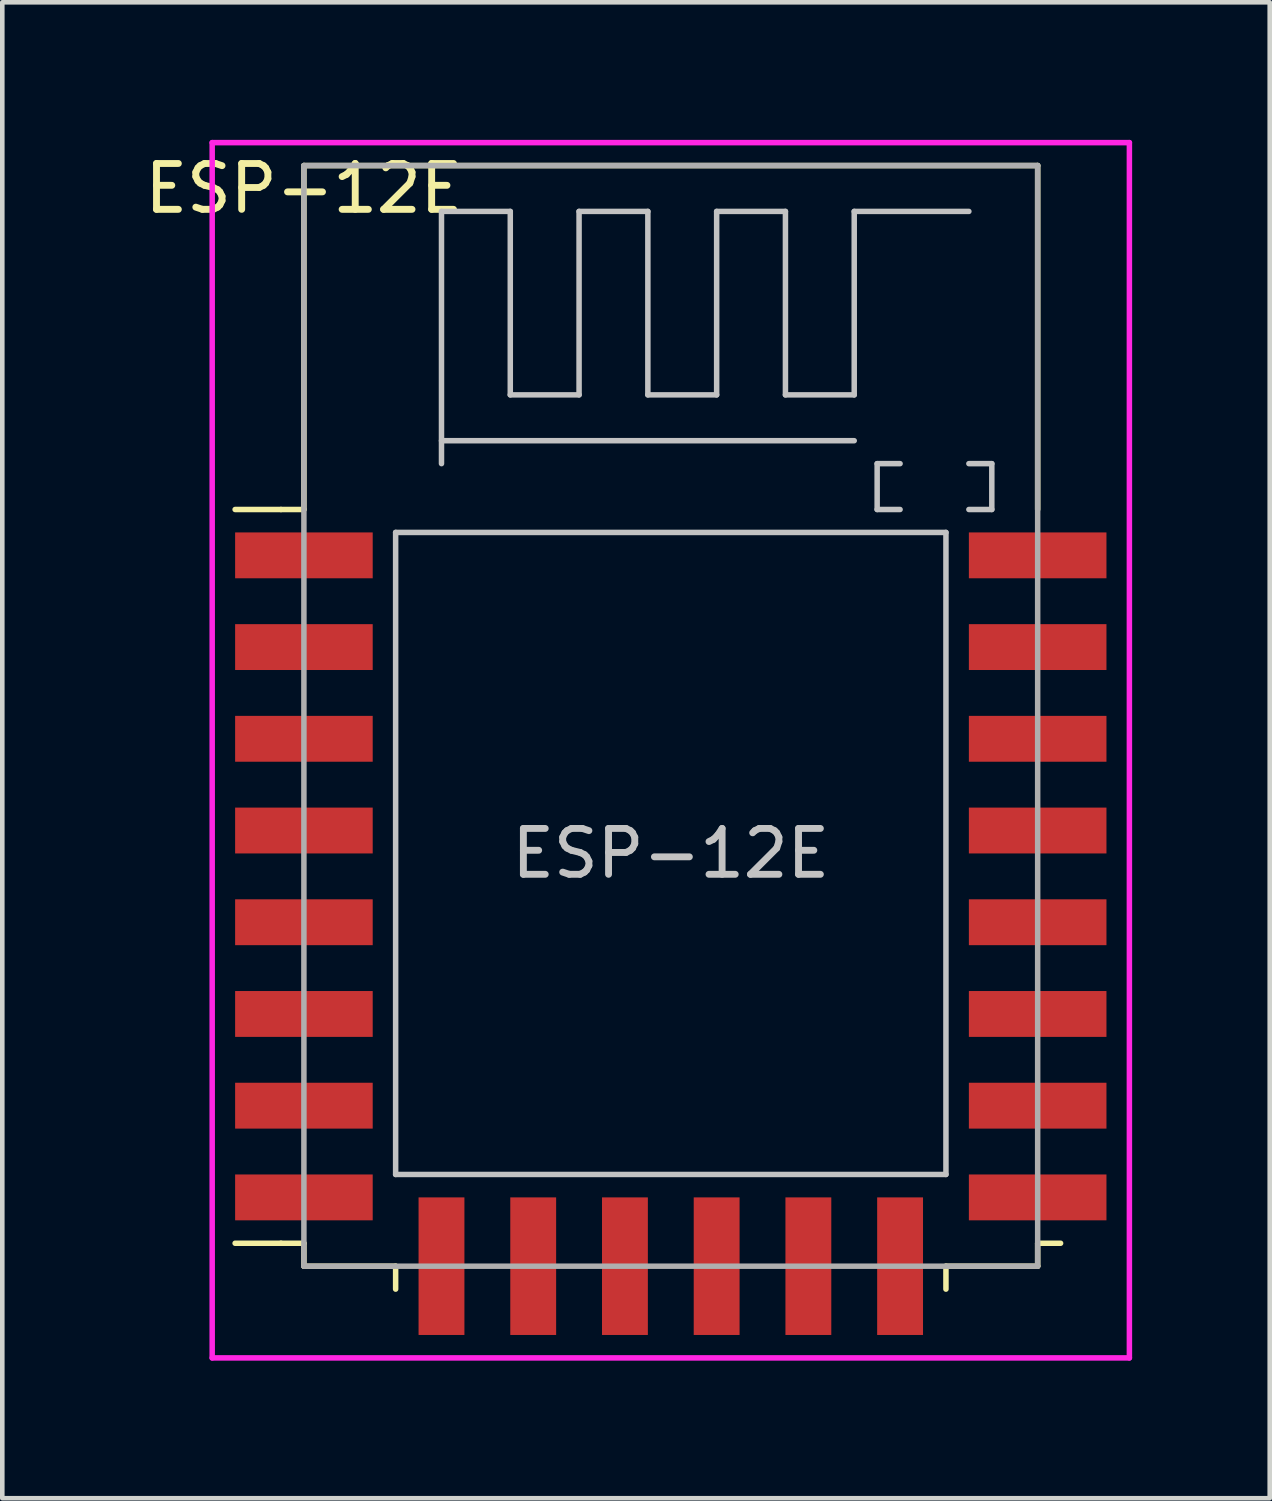
<source format=kicad_pcb>
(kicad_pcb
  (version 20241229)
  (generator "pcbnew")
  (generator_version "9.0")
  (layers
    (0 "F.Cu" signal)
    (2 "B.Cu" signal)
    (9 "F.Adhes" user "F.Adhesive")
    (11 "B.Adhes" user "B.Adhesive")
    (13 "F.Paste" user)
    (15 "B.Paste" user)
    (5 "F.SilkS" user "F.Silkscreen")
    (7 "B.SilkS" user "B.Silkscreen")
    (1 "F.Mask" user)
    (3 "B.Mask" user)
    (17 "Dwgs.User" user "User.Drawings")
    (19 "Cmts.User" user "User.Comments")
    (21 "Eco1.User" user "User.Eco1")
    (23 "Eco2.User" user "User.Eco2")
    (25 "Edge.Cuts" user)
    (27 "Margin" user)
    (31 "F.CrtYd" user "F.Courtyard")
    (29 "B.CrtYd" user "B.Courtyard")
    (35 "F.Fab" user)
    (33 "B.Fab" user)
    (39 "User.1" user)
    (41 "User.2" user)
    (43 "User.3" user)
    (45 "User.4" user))
  (footprint "ESP-12E"
    (layer "F.Cu")
    (at 3.577 0.56)
    (property "Reference" "ESP-12E" (at 0 0.5 0) (layer "F.SilkS") (effects (font (size 1 1) (thickness 0.15))))
    (attr through_hole)
    (fp_line (start -0.5 7.5) (end -1.5 7.5) (stroke (width 0.12) (type solid)) (layer "F.SilkS"))
    (fp_line (start -0.5 7.5) (end 0 7.5) (stroke (width 0.12) (type solid)) (layer "F.SilkS"))
    (fp_line (start -0.5 23.5) (end -1.5 23.5) (stroke (width 0.12) (type solid)) (layer "F.SilkS"))
    (fp_line (start 0 0) (end 16 0) (stroke (width 0.12) (type solid)) (layer "F.SilkS"))
    (fp_line (start 0 7.5) (end 0 0) (stroke (width 0.12) (type solid)) (layer "F.SilkS"))
    (fp_line (start 0 23.5) (end -0.5 23.5) (stroke (width 0.12) (type solid)) (layer "F.SilkS"))
    (fp_line (start 0 23.5) (end 0 24) (stroke (width 0.12) (type solid)) (layer "F.SilkS"))
    (fp_line (start 0 24) (end 2 24) (stroke (width 0.12) (type solid)) (layer "F.SilkS"))
    (fp_line (start 2 24) (end 2 24.5) (stroke (width 0.12) (type solid)) (layer "F.SilkS"))
    (fp_line (start 14 24) (end 14 24.5) (stroke (width 0.12) (type solid)) (layer "F.SilkS"))
    (fp_line (start 16 0) (end 16 7.5) (stroke (width 0.12) (type solid)) (layer "F.SilkS"))
    (fp_line (start 16 23.5) (end 16 24) (stroke (width 0.12) (type solid)) (layer "F.SilkS"))
    (fp_line (start 16 23.5) (end 16.5 23.5) (stroke (width 0.12) (type solid)) (layer "F.SilkS"))
    (fp_line (start 16 24) (end 14 24) (stroke (width 0.12) (type solid)) (layer "F.SilkS"))
    (fp_line (start 2 8) (end 2 22) (stroke (width 0.12) (type solid)) (layer "Dwgs.User"))
    (fp_line (start 2 22) (end 14 22) (stroke (width 0.12) (type solid)) (layer "Dwgs.User"))
    (fp_line (start 3 1) (end 4.5 1) (stroke (width 0.12) (type solid)) (layer "Dwgs.User"))
    (fp_line (start 3 6) (end 12 6) (stroke (width 0.12) (type solid)) (layer "Dwgs.User"))
    (fp_line (start 3 6.5) (end 3 1) (stroke (width 0.12) (type solid)) (layer "Dwgs.User"))
    (fp_line (start 4.5 1) (end 4.5 5) (stroke (width 0.12) (type solid)) (layer "Dwgs.User"))
    (fp_line (start 4.5 5) (end 6 5) (stroke (width 0.12) (type solid)) (layer "Dwgs.User"))
    (fp_line (start 6 1) (end 7.5 1) (stroke (width 0.12) (type solid)) (layer "Dwgs.User"))
    (fp_line (start 6 5) (end 6 1) (stroke (width 0.12) (type solid)) (layer "Dwgs.User"))
    (fp_line (start 7.5 1) (end 7.5 5) (stroke (width 0.12) (type solid)) (layer "Dwgs.User"))
    (fp_line (start 7.5 5) (end 9 5) (stroke (width 0.12) (type solid)) (layer "Dwgs.User"))
    (fp_line (start 9 1) (end 10.5 1) (stroke (width 0.12) (type solid)) (layer "Dwgs.User"))
    (fp_line (start 9 5) (end 9 1) (stroke (width 0.12) (type solid)) (layer "Dwgs.User"))
    (fp_line (start 10.5 1) (end 10.5 5) (stroke (width 0.12) (type solid)) (layer "Dwgs.User"))
    (fp_line (start 10.5 5) (end 12 5) (stroke (width 0.12) (type solid)) (layer "Dwgs.User"))
    (fp_line (start 12 1) (end 14.5 1) (stroke (width 0.12) (type solid)) (layer "Dwgs.User"))
    (fp_line (start 12 5) (end 12 1) (stroke (width 0.12) (type solid)) (layer "Dwgs.User"))
    (fp_line (start 12.5 6.5) (end 12.5 7.5) (stroke (width 0.12) (type solid)) (layer "Dwgs.User"))
    (fp_line (start 12.5 7.5) (end 13 7.5) (stroke (width 0.12) (type solid)) (layer "Dwgs.User"))
    (fp_line (start 13 6.5) (end 12.5 6.5) (stroke (width 0.12) (type solid)) (layer "Dwgs.User"))
    (fp_line (start 14 8) (end 2 8) (stroke (width 0.12) (type solid)) (layer "Dwgs.User"))
    (fp_line (start 14 22) (end 14 8) (stroke (width 0.12) (type solid)) (layer "Dwgs.User"))
    (fp_line (start 14.5 7.5) (end 15 7.5) (stroke (width 0.12) (type solid)) (layer "Dwgs.User"))
    (fp_line (start 15 6.5) (end 14.5 6.5) (stroke (width 0.12) (type solid)) (layer "Dwgs.User"))
    (fp_line (start 15 7.5) (end 15 6.5) (stroke (width 0.12) (type solid)) (layer "Dwgs.User"))
    (fp_line (start -2 -0.5) (end -2 26) (stroke (width 0.12) (type solid)) (layer "F.CrtYd"))
    (fp_line (start -2 26) (end 18 26) (stroke (width 0.12) (type solid)) (layer "F.CrtYd"))
    (fp_line (start 18 -0.5) (end -2 -0.5) (stroke (width 0.12) (type solid)) (layer "F.CrtYd"))
    (fp_line (start 18 26) (end 18 -0.5) (stroke (width 0.12) (type solid)) (layer "F.CrtYd"))
    (fp_line (start 0 0) (end 16 0) (stroke (width 0.12) (type solid)) (layer "F.Fab"))
    (fp_line (start 0 24) (end 0 0) (stroke (width 0.12) (type solid)) (layer "F.Fab"))
    (fp_line (start 0 24) (end 16 24) (stroke (width 0.12) (type solid)) (layer "F.Fab"))
    (fp_line (start 16 24) (end 16 0) (stroke (width 0.12) (type solid)) (layer "F.Fab"))
    (fp_text user "ESP-12E" (at 8 15 0) (layer "Dwgs.User") (effects (font (size 1 1) (thickness 0.15))))
    (pad "1" smd rect (at 0 8.5 90) (size 1 3) (layers "F.Cu" "F.Mask" "F.Paste"))
    (pad "2" smd rect (at 0 10.5 90) (size 1 3) (layers "F.Cu" "F.Mask" "F.Paste"))
    (pad "3" smd rect (at 0 12.5 90) (size 1 3) (layers "F.Cu" "F.Mask" "F.Paste"))
    (pad "4" smd rect (at 0 14.5 90) (size 1 3) (layers "F.Cu" "F.Mask" "F.Paste"))
    (pad "5" smd rect (at 0 16.5 90) (size 1 3) (layers "F.Cu" "F.Mask" "F.Paste"))
    (pad "6" smd rect (at 0 18.5 90) (size 1 3) (layers "F.Cu" "F.Mask" "F.Paste"))
    (pad "7" smd rect (at 0 20.5 90) (size 1 3) (layers "F.Cu" "F.Mask" "F.Paste"))
    (pad "8" smd rect (at 0 22.5 90) (size 1 3) (layers "F.Cu" "F.Mask" "F.Paste"))
    (pad "9" smd rect (at 3 24) (size 1 3) (layers "F.Cu" "F.Mask" "F.Paste"))
    (pad "10" smd rect (at 5 24) (size 1 3) (layers "F.Cu" "F.Mask" "F.Paste"))
    (pad "11" smd rect (at 7 24) (size 1 3) (layers "F.Cu" "F.Mask" "F.Paste"))
    (pad "12" smd rect (at 9 24) (size 1 3) (layers "F.Cu" "F.Mask" "F.Paste"))
    (pad "13" smd rect (at 11 24) (size 1 3) (layers "F.Cu" "F.Mask" "F.Paste"))
    (pad "14" smd rect (at 13 24) (size 1 3) (layers "F.Cu" "F.Mask" "F.Paste"))
    (pad "15" smd rect (at 16 22.5 90) (size 1 3) (layers "F.Cu" "F.Mask" "F.Paste"))
    (pad "16" smd rect (at 16 20.5 90) (size 1 3) (layers "F.Cu" "F.Mask" "F.Paste"))
    (pad "17" smd rect (at 16 18.5 90) (size 1 3) (layers "F.Cu" "F.Mask" "F.Paste"))
    (pad "18" smd rect (at 16 16.5 90) (size 1 3) (layers "F.Cu" "F.Mask" "F.Paste"))
    (pad "19" smd rect (at 16 14.5 90) (size 1 3) (layers "F.Cu" "F.Mask" "F.Paste"))
    (pad "20" smd rect (at 16 12.5 90) (size 1 3) (layers "F.Cu" "F.Mask" "F.Paste"))
    (pad "21" smd rect (at 16 10.5 90) (size 1 3) (layers "F.Cu" "F.Mask" "F.Paste"))
    (pad "22" smd rect (at 16 8.5 90) (size 1 3) (layers "F.Cu" "F.Mask" "F.Paste")))
  (gr_rect
    (start -3 -3)
    (end 24.637 29.62)
    (stroke (width 0.1) (type default))
    (fill no)
    (layer "Edge.Cuts")))
</source>
